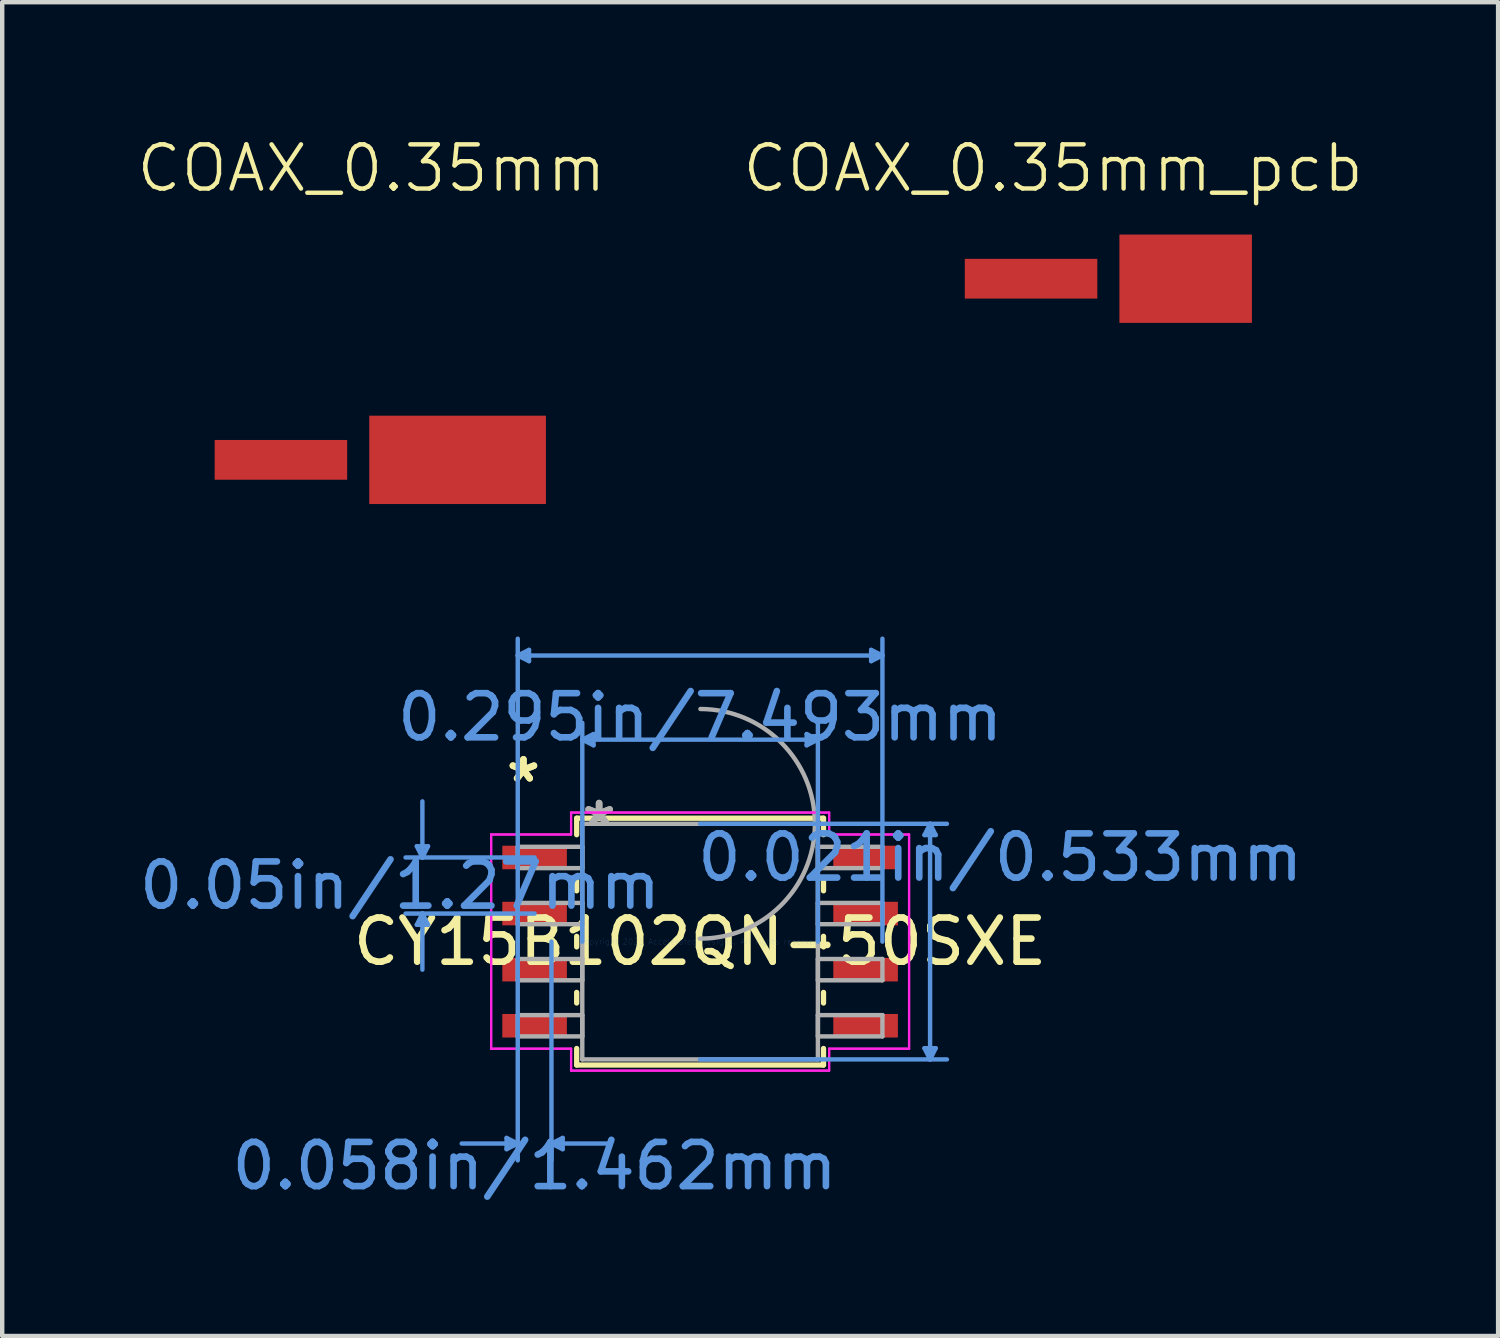
<source format=kicad_pcb>
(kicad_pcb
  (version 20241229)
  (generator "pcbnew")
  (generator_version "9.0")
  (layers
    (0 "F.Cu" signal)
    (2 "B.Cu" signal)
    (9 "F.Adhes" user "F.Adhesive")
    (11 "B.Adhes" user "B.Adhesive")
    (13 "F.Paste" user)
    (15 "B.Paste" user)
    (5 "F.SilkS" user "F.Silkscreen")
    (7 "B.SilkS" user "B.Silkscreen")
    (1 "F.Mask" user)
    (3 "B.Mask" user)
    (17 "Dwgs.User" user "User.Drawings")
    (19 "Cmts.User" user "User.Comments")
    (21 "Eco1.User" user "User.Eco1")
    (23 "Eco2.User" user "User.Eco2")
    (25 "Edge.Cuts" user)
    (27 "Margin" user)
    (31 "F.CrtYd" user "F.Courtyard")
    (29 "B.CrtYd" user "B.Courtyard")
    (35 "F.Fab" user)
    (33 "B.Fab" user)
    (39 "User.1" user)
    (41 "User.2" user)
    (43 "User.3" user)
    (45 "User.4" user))
  (footprint "COAX_0.35mm"
    (layer "F.Cu")
    (at 5.31 7.361)
    (property "Reference" "COAX_0.35mm" (at 0.05 -6.6 0) (unlocked yes) (layer "F.SilkS") (effects (font (size 1 1) (thickness 0.1))))
    (attr smd)
    (pad "" smd rect (at -2 0 180) (size 3 0.9) (layers "F.Cu" "F.Mask"))
    (pad "" smd rect (at 2 0 180) (size 4 2) (layers "F.Cu" "F.Mask")))
  (footprint "CY15B102QN-50SXE"
    (layer "F.Cu")
    (at 12.8 18.268)
    (property "Reference" "CY15B102QN-50SXE" (at 0 0 0) (layer "F.SilkS") (effects (font (size 1 1) (thickness 0.15))))
    (attr through_hole)
    (fp_line (start -2.794 -2.794) (end -2.794 -2.42) (stroke (width 0.12) (type solid)) (layer "F.SilkS"))
    (fp_line (start -2.794 -1.39) (end -2.794 -1.15) (stroke (width 0.12) (type solid)) (layer "F.SilkS"))
    (fp_line (start -2.794 -0.12) (end -2.794 0.12) (stroke (width 0.12) (type solid)) (layer "F.SilkS"))
    (fp_line (start -2.794 1.15) (end -2.794 1.39) (stroke (width 0.12) (type solid)) (layer "F.SilkS"))
    (fp_line (start -2.794 2.42) (end -2.794 2.794) (stroke (width 0.12) (type solid)) (layer "F.SilkS"))
    (fp_line (start -2.794 2.794) (end 2.794 2.794) (stroke (width 0.12) (type solid)) (layer "F.SilkS"))
    (fp_line (start 2.794 -2.794) (end -2.794 -2.794) (stroke (width 0.12) (type solid)) (layer "F.SilkS"))
    (fp_line (start 2.794 -2.42) (end 2.794 -2.794) (stroke (width 0.12) (type solid)) (layer "F.SilkS"))
    (fp_line (start 2.794 -1.15) (end 2.794 -1.39) (stroke (width 0.12) (type solid)) (layer "F.SilkS"))
    (fp_line (start 2.794 0.12) (end 2.794 -0.12) (stroke (width 0.12) (type solid)) (layer "F.SilkS"))
    (fp_line (start 2.794 1.39) (end 2.794 1.15) (stroke (width 0.12) (type solid)) (layer "F.SilkS"))
    (fp_line (start 2.794 2.794) (end 2.794 2.42) (stroke (width 0.12) (type solid)) (layer "F.SilkS"))
    (fp_line (start -6.413 -2.159) (end -6.16 -2.159) (stroke (width 0.1) (type solid)) (layer "Cmts.User"))
    (fp_line (start -6.413 -0.381) (end -6.16 -0.381) (stroke (width 0.1) (type solid)) (layer "Cmts.User"))
    (fp_line (start -6.287 -1.905) (end -6.413 -2.159) (stroke (width 0.1) (type solid)) (layer "Cmts.User"))
    (fp_line (start -6.287 -1.905) (end -6.287 -3.175) (stroke (width 0.1) (type solid)) (layer "Cmts.User"))
    (fp_line (start -6.287 -1.905) (end -6.16 -2.159) (stroke (width 0.1) (type solid)) (layer "Cmts.User"))
    (fp_line (start -6.287 -0.635) (end -6.413 -0.381) (stroke (width 0.1) (type solid)) (layer "Cmts.User"))
    (fp_line (start -6.287 -0.635) (end -6.287 0.635) (stroke (width 0.1) (type solid)) (layer "Cmts.User"))
    (fp_line (start -6.287 -0.635) (end -6.16 -0.381) (stroke (width 0.1) (type solid)) (layer "Cmts.User"))
    (fp_line (start -4.381 4.445) (end -4.381 4.699) (stroke (width 0.1) (type solid)) (layer "Cmts.User"))
    (fp_line (start -4.128 -6.477) (end -3.873 -6.604) (stroke (width 0.1) (type solid)) (layer "Cmts.User"))
    (fp_line (start -4.128 -6.477) (end -3.873 -6.35) (stroke (width 0.1) (type solid)) (layer "Cmts.User"))
    (fp_line (start -4.128 -6.477) (end 4.128 -6.477) (stroke (width 0.1) (type solid)) (layer "Cmts.User"))
    (fp_line (start -4.128 0) (end -4.128 -6.858) (stroke (width 0.1) (type solid)) (layer "Cmts.User"))
    (fp_line (start -4.128 0) (end -4.128 4.953) (stroke (width 0.1) (type solid)) (layer "Cmts.User"))
    (fp_line (start -4.128 4.572) (end -5.397 4.572) (stroke (width 0.1) (type solid)) (layer "Cmts.User"))
    (fp_line (start -4.128 4.572) (end -4.381 4.445) (stroke (width 0.1) (type solid)) (layer "Cmts.User"))
    (fp_line (start -4.128 4.572) (end -4.381 4.699) (stroke (width 0.1) (type solid)) (layer "Cmts.User"))
    (fp_line (start -3.873 -6.604) (end -3.873 -6.35) (stroke (width 0.1) (type solid)) (layer "Cmts.User"))
    (fp_line (start -3.747 -1.905) (end -6.668 -1.905) (stroke (width 0.1) (type solid)) (layer "Cmts.User"))
    (fp_line (start -3.747 -0.635) (end -6.668 -0.635) (stroke (width 0.1) (type solid)) (layer "Cmts.User"))
    (fp_line (start -3.365 0) (end -3.365 4.953) (stroke (width 0.1) (type solid)) (layer "Cmts.User"))
    (fp_line (start -3.365 4.572) (end -3.111 4.445) (stroke (width 0.1) (type solid)) (layer "Cmts.User"))
    (fp_line (start -3.365 4.572) (end -3.111 4.699) (stroke (width 0.1) (type solid)) (layer "Cmts.User"))
    (fp_line (start -3.365 4.572) (end -2.095 4.572) (stroke (width 0.1) (type solid)) (layer "Cmts.User"))
    (fp_line (start -3.111 4.445) (end -3.111 4.699) (stroke (width 0.1) (type solid)) (layer "Cmts.User"))
    (fp_line (start -2.667 -4.572) (end -2.413 -4.699) (stroke (width 0.1) (type solid)) (layer "Cmts.User"))
    (fp_line (start -2.667 -4.572) (end -2.413 -4.445) (stroke (width 0.1) (type solid)) (layer "Cmts.User"))
    (fp_line (start -2.667 -4.572) (end 2.667 -4.572) (stroke (width 0.1) (type solid)) (layer "Cmts.User"))
    (fp_line (start -2.667 0) (end -2.667 -4.953) (stroke (width 0.1) (type solid)) (layer "Cmts.User"))
    (fp_line (start -2.413 -4.699) (end -2.413 -4.445) (stroke (width 0.1) (type solid)) (layer "Cmts.User"))
    (fp_line (start 0 -2.667) (end 5.588 -2.667) (stroke (width 0.1) (type solid)) (layer "Cmts.User"))
    (fp_line (start 0 2.667) (end 5.588 2.667) (stroke (width 0.1) (type solid)) (layer "Cmts.User"))
    (fp_line (start 2.413 -4.699) (end 2.413 -4.445) (stroke (width 0.1) (type solid)) (layer "Cmts.User"))
    (fp_line (start 2.667 -4.572) (end 2.413 -4.699) (stroke (width 0.1) (type solid)) (layer "Cmts.User"))
    (fp_line (start 2.667 -4.572) (end 2.413 -4.445) (stroke (width 0.1) (type solid)) (layer "Cmts.User"))
    (fp_line (start 2.667 0) (end 2.667 -4.953) (stroke (width 0.1) (type solid)) (layer "Cmts.User"))
    (fp_line (start 3.873 -6.604) (end 3.873 -6.35) (stroke (width 0.1) (type solid)) (layer "Cmts.User"))
    (fp_line (start 4.128 -6.477) (end 3.873 -6.604) (stroke (width 0.1) (type solid)) (layer "Cmts.User"))
    (fp_line (start 4.128 -6.477) (end 3.873 -6.35) (stroke (width 0.1) (type solid)) (layer "Cmts.User"))
    (fp_line (start 4.128 0) (end 4.128 -6.858) (stroke (width 0.1) (type solid)) (layer "Cmts.User"))
    (fp_line (start 5.08 -2.413) (end 5.334 -2.413) (stroke (width 0.1) (type solid)) (layer "Cmts.User"))
    (fp_line (start 5.08 2.413) (end 5.334 2.413) (stroke (width 0.1) (type solid)) (layer "Cmts.User"))
    (fp_line (start 5.207 -2.667) (end 5.08 -2.413) (stroke (width 0.1) (type solid)) (layer "Cmts.User"))
    (fp_line (start 5.207 -2.667) (end 5.207 2.667) (stroke (width 0.1) (type solid)) (layer "Cmts.User"))
    (fp_line (start 5.207 -2.667) (end 5.334 -2.413) (stroke (width 0.1) (type solid)) (layer "Cmts.User"))
    (fp_line (start 5.207 2.667) (end 5.08 2.413) (stroke (width 0.1) (type solid)) (layer "Cmts.User"))
    (fp_line (start 5.207 2.667) (end 5.334 2.413) (stroke (width 0.1) (type solid)) (layer "Cmts.User"))
    (fp_line (start -4.731 -2.425) (end -2.921 -2.425) (stroke (width 0.05) (type solid)) (layer "F.CrtYd"))
    (fp_line (start -4.731 -2.425) (end -2.921 -2.425) (stroke (width 0.05) (type solid)) (layer "F.CrtYd"))
    (fp_line (start -4.731 2.425) (end -4.731 -2.425) (stroke (width 0.05) (type solid)) (layer "F.CrtYd"))
    (fp_line (start -4.731 2.425) (end -4.731 -2.425) (stroke (width 0.05) (type solid)) (layer "F.CrtYd"))
    (fp_line (start -4.731 2.425) (end -2.921 2.425) (stroke (width 0.05) (type solid)) (layer "F.CrtYd"))
    (fp_line (start -2.921 -2.921) (end 2.921 -2.921) (stroke (width 0.05) (type solid)) (layer "F.CrtYd"))
    (fp_line (start -2.921 -2.921) (end 2.921 -2.921) (stroke (width 0.05) (type solid)) (layer "F.CrtYd"))
    (fp_line (start -2.921 -2.425) (end -2.921 -2.921) (stroke (width 0.05) (type solid)) (layer "F.CrtYd"))
    (fp_line (start -2.921 -2.425) (end -2.921 -2.921) (stroke (width 0.05) (type solid)) (layer "F.CrtYd"))
    (fp_line (start -2.921 2.425) (end -4.731 2.425) (stroke (width 0.05) (type solid)) (layer "F.CrtYd"))
    (fp_line (start -2.921 2.921) (end -2.921 2.425) (stroke (width 0.05) (type solid)) (layer "F.CrtYd"))
    (fp_line (start -2.921 2.921) (end -2.921 2.425) (stroke (width 0.05) (type solid)) (layer "F.CrtYd"))
    (fp_line (start 2.921 -2.921) (end 2.921 -2.425) (stroke (width 0.05) (type solid)) (layer "F.CrtYd"))
    (fp_line (start 2.921 -2.921) (end 2.921 -2.425) (stroke (width 0.05) (type solid)) (layer "F.CrtYd"))
    (fp_line (start 2.921 -2.425) (end 4.731 -2.425) (stroke (width 0.05) (type solid)) (layer "F.CrtYd"))
    (fp_line (start 2.921 2.425) (end 2.921 2.921) (stroke (width 0.05) (type solid)) (layer "F.CrtYd"))
    (fp_line (start 2.921 2.425) (end 2.921 2.921) (stroke (width 0.05) (type solid)) (layer "F.CrtYd"))
    (fp_line (start 2.921 2.921) (end -2.921 2.921) (stroke (width 0.05) (type solid)) (layer "F.CrtYd"))
    (fp_line (start 2.921 2.921) (end -2.921 2.921) (stroke (width 0.05) (type solid)) (layer "F.CrtYd"))
    (fp_line (start 4.731 -2.425) (end 2.921 -2.425) (stroke (width 0.05) (type solid)) (layer "F.CrtYd"))
    (fp_line (start 4.731 -2.425) (end 4.731 2.425) (stroke (width 0.05) (type solid)) (layer "F.CrtYd"))
    (fp_line (start 4.731 -2.425) (end 4.731 2.425) (stroke (width 0.05) (type solid)) (layer "F.CrtYd"))
    (fp_line (start 4.731 2.425) (end 2.921 2.425) (stroke (width 0.05) (type solid)) (layer "F.CrtYd"))
    (fp_line (start 4.731 2.425) (end 2.921 2.425) (stroke (width 0.05) (type solid)) (layer "F.CrtYd"))
    (fp_line (start -4.128 -2.146) (end -4.128 -1.664) (stroke (width 0.1) (type solid)) (layer "F.Fab"))
    (fp_line (start -4.128 -1.664) (end -2.667 -1.664) (stroke (width 0.1) (type solid)) (layer "F.Fab"))
    (fp_line (start -4.128 -0.876) (end -4.128 -0.394) (stroke (width 0.1) (type solid)) (layer "F.Fab"))
    (fp_line (start -4.128 -0.394) (end -2.667 -0.394) (stroke (width 0.1) (type solid)) (layer "F.Fab"))
    (fp_line (start -4.128 0.394) (end -4.128 0.876) (stroke (width 0.1) (type solid)) (layer "F.Fab"))
    (fp_line (start -4.128 0.876) (end -2.667 0.876) (stroke (width 0.1) (type solid)) (layer "F.Fab"))
    (fp_line (start -4.128 1.664) (end -4.128 2.146) (stroke (width 0.1) (type solid)) (layer "F.Fab"))
    (fp_line (start -4.128 2.146) (end -2.667 2.146) (stroke (width 0.1) (type solid)) (layer "F.Fab"))
    (fp_line (start -2.667 -2.667) (end -2.667 2.667) (stroke (width 0.1) (type solid)) (layer "F.Fab"))
    (fp_line (start -2.667 -2.146) (end -4.128 -2.146) (stroke (width 0.1) (type solid)) (layer "F.Fab"))
    (fp_line (start -2.667 -1.664) (end -2.667 -2.146) (stroke (width 0.1) (type solid)) (layer "F.Fab"))
    (fp_line (start -2.667 -0.876) (end -4.128 -0.876) (stroke (width 0.1) (type solid)) (layer "F.Fab"))
    (fp_line (start -2.667 -0.394) (end -2.667 -0.876) (stroke (width 0.1) (type solid)) (layer "F.Fab"))
    (fp_line (start -2.667 0.394) (end -4.128 0.394) (stroke (width 0.1) (type solid)) (layer "F.Fab"))
    (fp_line (start -2.667 0.876) (end -2.667 0.394) (stroke (width 0.1) (type solid)) (layer "F.Fab"))
    (fp_line (start -2.667 1.664) (end -4.128 1.664) (stroke (width 0.1) (type solid)) (layer "F.Fab"))
    (fp_line (start -2.667 2.146) (end -2.667 1.664) (stroke (width 0.1) (type solid)) (layer "F.Fab"))
    (fp_line (start -2.667 2.667) (end 2.667 2.667) (stroke (width 0.1) (type solid)) (layer "F.Fab"))
    (fp_line (start 2.667 -2.667) (end -2.667 -2.667) (stroke (width 0.1) (type solid)) (layer "F.Fab"))
    (fp_line (start 2.667 -2.146) (end 2.667 -1.664) (stroke (width 0.1) (type solid)) (layer "F.Fab"))
    (fp_line (start 2.667 -1.664) (end 4.128 -1.664) (stroke (width 0.1) (type solid)) (layer "F.Fab"))
    (fp_line (start 2.667 -0.876) (end 2.667 -0.394) (stroke (width 0.1) (type solid)) (layer "F.Fab"))
    (fp_line (start 2.667 -0.394) (end 4.128 -0.394) (stroke (width 0.1) (type solid)) (layer "F.Fab"))
    (fp_line (start 2.667 0.394) (end 2.667 0.876) (stroke (width 0.1) (type solid)) (layer "F.Fab"))
    (fp_line (start 2.667 0.876) (end 4.128 0.876) (stroke (width 0.1) (type solid)) (layer "F.Fab"))
    (fp_line (start 2.667 1.664) (end 2.667 2.146) (stroke (width 0.1) (type solid)) (layer "F.Fab"))
    (fp_line (start 2.667 2.146) (end 4.128 2.146) (stroke (width 0.1) (type solid)) (layer "F.Fab"))
    (fp_line (start 2.667 2.667) (end 2.667 -2.667) (stroke (width 0.1) (type solid)) (layer "F.Fab"))
    (fp_line (start 4.128 -2.146) (end 2.667 -2.146) (stroke (width 0.1) (type solid)) (layer "F.Fab"))
    (fp_line (start 4.128 -1.664) (end 4.128 -2.146) (stroke (width 0.1) (type solid)) (layer "F.Fab"))
    (fp_line (start 4.128 -0.876) (end 2.667 -0.876) (stroke (width 0.1) (type solid)) (layer "F.Fab"))
    (fp_line (start 4.128 -0.394) (end 4.128 -0.876) (stroke (width 0.1) (type solid)) (layer "F.Fab"))
    (fp_line (start 4.128 0.394) (end 2.667 0.394) (stroke (width 0.1) (type solid)) (layer "F.Fab"))
    (fp_line (start 4.128 0.876) (end 4.128 0.394) (stroke (width 0.1) (type solid)) (layer "F.Fab"))
    (fp_line (start 4.128 1.664) (end 2.667 1.664) (stroke (width 0.1) (type solid)) (layer "F.Fab"))
    (fp_line (start 4.128 2.146) (end 4.128 1.664) (stroke (width 0.1) (type solid)) (layer "F.Fab"))
    (fp_arc (start 0.007742 -5.266258) (mid 2.599258 -2.659258) (end -0.007742 -0.067742) (stroke (width 0.1) (type solid)) (layer "F.Fab"))
    (fp_text user "*" (at -4 -3.581 0) (layer "F.SilkS") (effects (font (size 1 1) (thickness 0.15))))
    (fp_text user "*" (at -4 -3.581 0) (layer "F.SilkS") (effects (font (size 1 1) (thickness 0.15))))
    (fp_text user "0.021in/0.533mm" (at 6.795 -1.905 0) (layer "Cmts.User") (effects (font (size 1 1) (thickness 0.15))))
    (fp_text user "0.05in/1.27mm" (at -6.795 -1.27 0) (layer "Cmts.User") (effects (font (size 1 1) (thickness 0.15))))
    (fp_text user "0.295in/7.493mm" (at 0 -5.08 0) (layer "Cmts.User") (effects (font (size 1 1) (thickness 0.15))))
    (fp_text user "0.058in/1.462mm" (at -3.747 5.08 0) (layer "Cmts.User") (effects (font (size 1 1) (thickness 0.15))))
    (fp_text user "Copyright 2021 Accelerated Designs. All rights reserved." (at 0 0 0) (layer "Cmts.User") (effects (font (size 0.127 0.127) (thickness 0.002))))
    (fp_text user "*" (at -2.286 -2.591 0) (layer "F.Fab") (effects (font (size 1 1) (thickness 0.15))))
    (fp_text user "*" (at -2.286 -2.591 0) (layer "F.Fab") (effects (font (size 1 1) (thickness 0.15))))
    (pad "1" smd rect (at -3.747 -1.905) (size 1.462 0.533) (layers "F.Cu" "F.Mask" "F.Paste"))
    (pad "2" smd rect (at -3.747 -0.635) (size 1.462 0.533) (layers "F.Cu" "F.Mask" "F.Paste"))
    (pad "3" smd rect (at -3.747 0.635) (size 1.462 0.533) (layers "F.Cu" "F.Mask" "F.Paste"))
    (pad "4" smd rect (at -3.747 1.905) (size 1.462 0.533) (layers "F.Cu" "F.Mask" "F.Paste"))
    (pad "5" smd rect (at 3.747 1.905) (size 1.462 0.533) (layers "F.Cu" "F.Mask" "F.Paste"))
    (pad "6" smd rect (at 3.747 0.635) (size 1.462 0.533) (layers "F.Cu" "F.Mask" "F.Paste"))
    (pad "7" smd rect (at 3.747 -0.635) (size 1.462 0.533) (layers "F.Cu" "F.Mask" "F.Paste"))
    (pad "8" smd rect (at 3.747 -1.905) (size 1.462 0.533) (layers "F.Cu" "F.Mask" "F.Paste")))
  (footprint "COAX_0.35mm_pcb"
    (layer "F.Cu")
    (at 20.293 3.26)
    (property "Reference" "COAX_0.35mm_pcb" (at 0.5 -2.5 0) (unlocked yes) (layer "F.SilkS") (effects (font (size 1 1) (thickness 0.1))))
    (attr smd)
    (pad "0" smd rect (at 3.5 0) (size 3 2) (layers "F.Cu" "F.Mask"))
    (pad "1" smd rect (at 0 0) (size 3 0.9) (layers "F.Cu" "F.Mask")))
  (gr_rect
    (start -3 -3)
    (end 30.867 27.197)
    (stroke (width 0.1) (type default))
    (fill no)
    (layer "Edge.Cuts")))
</source>
